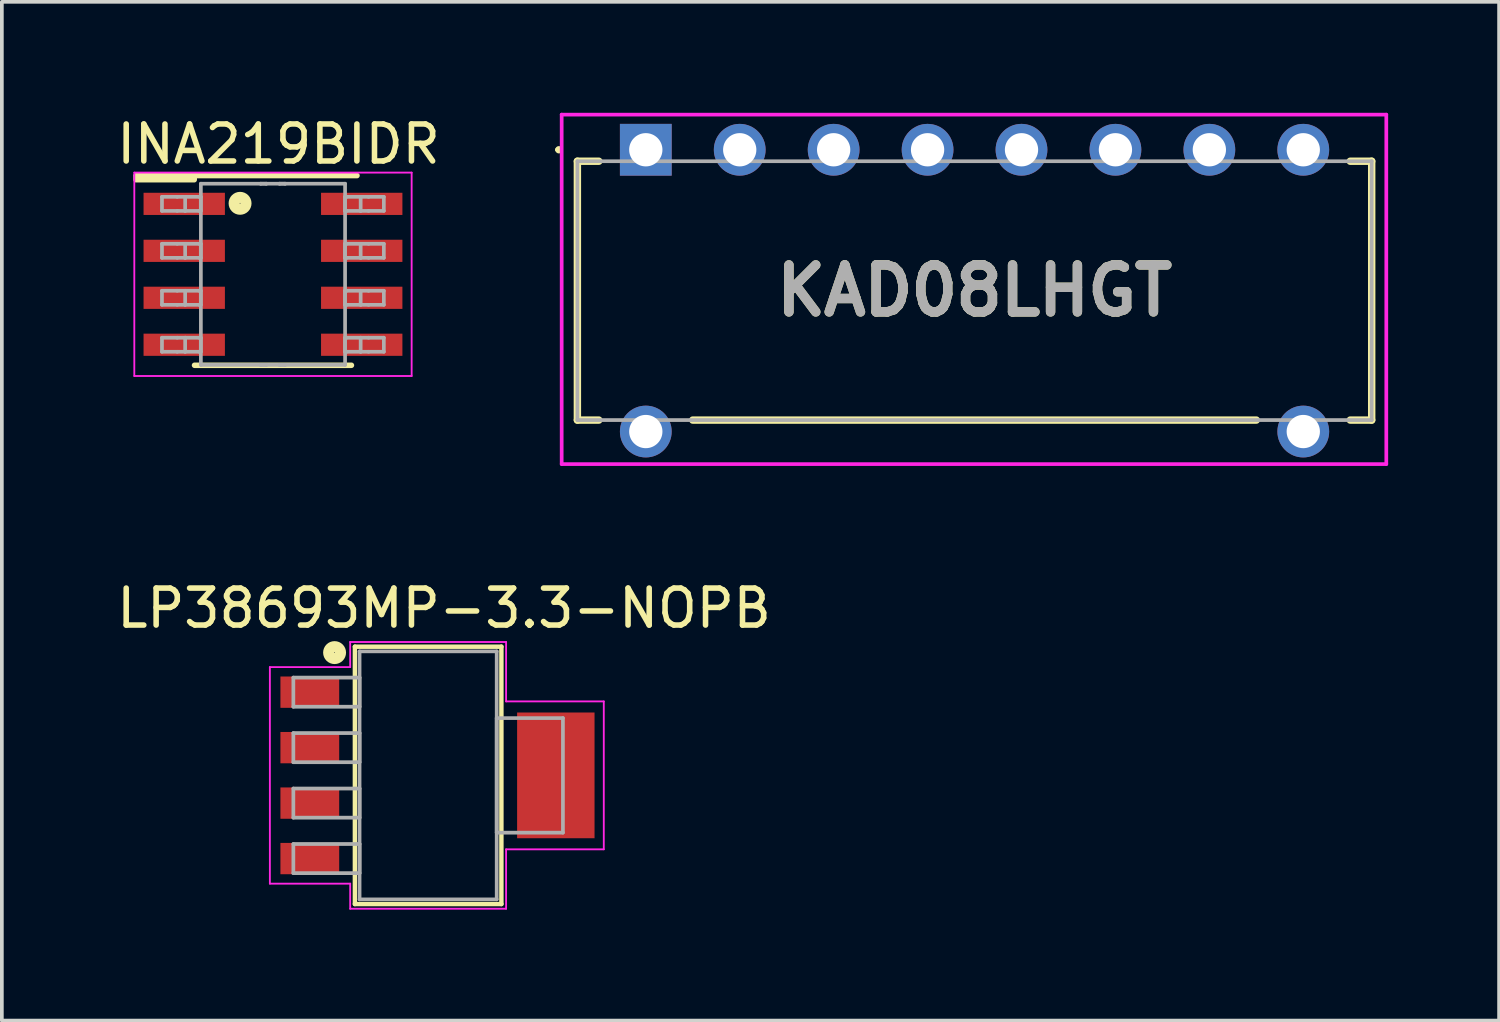
<source format=kicad_pcb>
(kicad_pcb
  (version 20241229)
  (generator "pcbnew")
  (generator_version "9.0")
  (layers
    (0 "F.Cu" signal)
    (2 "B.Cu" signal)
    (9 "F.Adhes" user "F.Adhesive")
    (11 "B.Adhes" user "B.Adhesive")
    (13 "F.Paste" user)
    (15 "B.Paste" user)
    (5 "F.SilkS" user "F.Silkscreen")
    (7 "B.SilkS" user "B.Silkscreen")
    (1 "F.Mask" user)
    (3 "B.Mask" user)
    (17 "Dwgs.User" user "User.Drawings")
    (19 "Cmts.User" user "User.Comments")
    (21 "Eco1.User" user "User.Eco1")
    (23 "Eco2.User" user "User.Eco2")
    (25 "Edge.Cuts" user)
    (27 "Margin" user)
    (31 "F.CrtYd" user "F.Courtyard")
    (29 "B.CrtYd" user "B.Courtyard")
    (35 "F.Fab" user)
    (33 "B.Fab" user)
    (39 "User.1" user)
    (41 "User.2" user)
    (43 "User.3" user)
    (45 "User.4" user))
  (footprint "INA219BIDR"
    (layer "F.Cu")
    (at 4.332 4.368)
    (property "Reference" "INA219BIDR" (at 0.15 -3.52 0) (layer "F.SilkS") (effects (font (size 1 1) (thickness 0.15))))
    (attr smd)
    (fp_line (start -2.121 2.46) (end 2.121 2.46) (stroke (width 0.15) (type solid)) (layer "F.SilkS"))
    (fp_line (start 2.271 -2.67) (end -3.69 -2.67) (stroke (width 0.15) (type solid)) (layer "F.SilkS"))
    (fp_rect (start -3.702 -2.67) (end -2.13 -2.558) (stroke (width 0.15) (type solid)) (fill yes) (layer "F.SilkS"))
    (fp_circle (center -0.89 -1.92) (end -0.9 -1.92) (stroke (width 0.3) (type solid)) (fill no) (layer "F.SilkS"))
    (fp_line (start -3.75 -2.75) (end 3.75 -2.75) (stroke (width 0.05) (type solid)) (layer "F.CrtYd"))
    (fp_line (start -3.75 2.75) (end -3.75 -2.75) (stroke (width 0.05) (type solid)) (layer "F.CrtYd"))
    (fp_line (start -3.75 2.75) (end 3.75 2.75) (stroke (width 0.05) (type solid)) (layer "F.CrtYd"))
    (fp_line (start 3.75 2.75) (end 3.75 -2.75) (stroke (width 0.05) (type solid)) (layer "F.CrtYd"))
    (fp_line (start -3.002 -2.095) (end -2.589 -2.095) (stroke (width 0.1) (type solid)) (layer "F.Fab"))
    (fp_line (start -3.002 -1.715) (end -3.002 -2.095) (stroke (width 0.1) (type solid)) (layer "F.Fab"))
    (fp_line (start -3.002 -1.715) (end -2.589 -1.715) (stroke (width 0.1) (type solid)) (layer "F.Fab"))
    (fp_line (start -3.002 -0.825) (end -2.589 -0.825) (stroke (width 0.1) (type solid)) (layer "F.Fab"))
    (fp_line (start -3.002 -0.445) (end -3.002 -0.825) (stroke (width 0.1) (type solid)) (layer "F.Fab"))
    (fp_line (start -3.002 -0.445) (end -2.589 -0.445) (stroke (width 0.1) (type solid)) (layer "F.Fab"))
    (fp_line (start -3.002 0.445) (end -2.589 0.445) (stroke (width 0.1) (type solid)) (layer "F.Fab"))
    (fp_line (start -3.002 0.825) (end -3.002 0.445) (stroke (width 0.1) (type solid)) (layer "F.Fab"))
    (fp_line (start -3.002 0.825) (end -2.589 0.825) (stroke (width 0.1) (type solid)) (layer "F.Fab"))
    (fp_line (start -3.002 1.715) (end -2.589 1.715) (stroke (width 0.1) (type solid)) (layer "F.Fab"))
    (fp_line (start -3.002 2.095) (end -3.002 1.715) (stroke (width 0.1) (type solid)) (layer "F.Fab"))
    (fp_line (start -3.002 2.095) (end -2.589 2.095) (stroke (width 0.1) (type solid)) (layer "F.Fab"))
    (fp_line (start -2.589 -2.095) (end -2.375 -2.095) (stroke (width 0.1) (type solid)) (layer "F.Fab"))
    (fp_line (start -2.589 -1.715) (end -2.375 -1.715) (stroke (width 0.1) (type solid)) (layer "F.Fab"))
    (fp_line (start -2.589 -0.825) (end -2.375 -0.825) (stroke (width 0.1) (type solid)) (layer "F.Fab"))
    (fp_line (start -2.589 -0.445) (end -2.375 -0.445) (stroke (width 0.1) (type solid)) (layer "F.Fab"))
    (fp_line (start -2.589 0.445) (end -2.375 0.445) (stroke (width 0.1) (type solid)) (layer "F.Fab"))
    (fp_line (start -2.589 0.825) (end -2.375 0.825) (stroke (width 0.1) (type solid)) (layer "F.Fab"))
    (fp_line (start -2.589 1.715) (end -2.375 1.715) (stroke (width 0.1) (type solid)) (layer "F.Fab"))
    (fp_line (start -2.589 2.095) (end -2.375 2.095) (stroke (width 0.1) (type solid)) (layer "F.Fab"))
    (fp_line (start -2.375 -2.095) (end -1.995 -2.095) (stroke (width 0.1) (type solid)) (layer "F.Fab"))
    (fp_line (start -2.375 -1.715) (end -2.375 -2.095) (stroke (width 0.1) (type solid)) (layer "F.Fab"))
    (fp_line (start -2.375 -1.715) (end -1.995 -1.715) (stroke (width 0.1) (type solid)) (layer "F.Fab"))
    (fp_line (start -2.375 -0.825) (end -1.995 -0.825) (stroke (width 0.1) (type solid)) (layer "F.Fab"))
    (fp_line (start -2.375 -0.445) (end -2.375 -0.825) (stroke (width 0.1) (type solid)) (layer "F.Fab"))
    (fp_line (start -2.375 -0.445) (end -1.995 -0.445) (stroke (width 0.1) (type solid)) (layer "F.Fab"))
    (fp_line (start -2.375 0.445) (end -1.995 0.445) (stroke (width 0.1) (type solid)) (layer "F.Fab"))
    (fp_line (start -2.375 0.825) (end -2.375 0.445) (stroke (width 0.1) (type solid)) (layer "F.Fab"))
    (fp_line (start -2.375 0.825) (end -1.995 0.825) (stroke (width 0.1) (type solid)) (layer "F.Fab"))
    (fp_line (start -2.375 1.715) (end -1.995 1.715) (stroke (width 0.1) (type solid)) (layer "F.Fab"))
    (fp_line (start -2.375 2.095) (end -2.375 1.715) (stroke (width 0.1) (type solid)) (layer "F.Fab"))
    (fp_line (start -2.375 2.095) (end -1.995 2.095) (stroke (width 0.1) (type solid)) (layer "F.Fab"))
    (fp_line (start -1.995 -2.095) (end -1.952 -2.095) (stroke (width 0.1) (type solid)) (layer "F.Fab"))
    (fp_line (start -1.995 -1.715) (end -1.952 -1.715) (stroke (width 0.1) (type solid)) (layer "F.Fab"))
    (fp_line (start -1.995 -0.825) (end -1.952 -0.825) (stroke (width 0.1) (type solid)) (layer "F.Fab"))
    (fp_line (start -1.995 -0.445) (end -1.952 -0.445) (stroke (width 0.1) (type solid)) (layer "F.Fab"))
    (fp_line (start -1.995 0.445) (end -1.952 0.445) (stroke (width 0.1) (type solid)) (layer "F.Fab"))
    (fp_line (start -1.995 0.825) (end -1.952 0.825) (stroke (width 0.1) (type solid)) (layer "F.Fab"))
    (fp_line (start -1.995 1.715) (end -1.952 1.715) (stroke (width 0.1) (type solid)) (layer "F.Fab"))
    (fp_line (start -1.995 2.095) (end -1.952 2.095) (stroke (width 0.1) (type solid)) (layer "F.Fab"))
    (fp_line (start -1.952 -1.715) (end -1.952 -2.095) (stroke (width 0.1) (type solid)) (layer "F.Fab"))
    (fp_line (start -1.952 -0.445) (end -1.952 -0.825) (stroke (width 0.1) (type solid)) (layer "F.Fab"))
    (fp_line (start -1.952 0.825) (end -1.952 0.445) (stroke (width 0.1) (type solid)) (layer "F.Fab"))
    (fp_line (start -1.952 2.095) (end -1.952 1.715) (stroke (width 0.1) (type solid)) (layer "F.Fab"))
    (fp_line (start -1.95 -2.45) (end -0.332 -2.45) (stroke (width 0.1) (type solid)) (layer "F.Fab"))
    (fp_line (start -1.95 2.45) (end -1.95 -2.45) (stroke (width 0.1) (type solid)) (layer "F.Fab"))
    (fp_line (start -1.95 2.45) (end -0.332 2.45) (stroke (width 0.1) (type solid)) (layer "F.Fab"))
    (fp_line (start -0.332 -2.45) (end -0.182 -2.45) (stroke (width 0.1) (type solid)) (layer "F.Fab"))
    (fp_line (start -0.332 -2.45) (end -0.182 -2.45) (stroke (width 0.1) (type solid)) (layer "F.Fab"))
    (fp_line (start -0.332 2.45) (end -0.182 2.45) (stroke (width 0.1) (type solid)) (layer "F.Fab"))
    (fp_line (start -0.332 2.45) (end -0.182 2.45) (stroke (width 0.1) (type solid)) (layer "F.Fab"))
    (fp_line (start -0.182 -2.45) (end 0.178 -2.45) (stroke (width 0.1) (type solid)) (layer "F.Fab"))
    (fp_line (start -0.182 2.45) (end 0.178 2.45) (stroke (width 0.1) (type solid)) (layer "F.Fab"))
    (fp_line (start 0.178 -2.45) (end 0.328 -2.45) (stroke (width 0.1) (type solid)) (layer "F.Fab"))
    (fp_line (start 0.178 -2.45) (end 0.328 -2.45) (stroke (width 0.1) (type solid)) (layer "F.Fab"))
    (fp_line (start 0.178 2.45) (end 0.328 2.45) (stroke (width 0.1) (type solid)) (layer "F.Fab"))
    (fp_line (start 0.178 2.45) (end 0.328 2.45) (stroke (width 0.1) (type solid)) (layer "F.Fab"))
    (fp_line (start 0.328 -2.45) (end 1.95 -2.45) (stroke (width 0.1) (type solid)) (layer "F.Fab"))
    (fp_line (start 0.328 2.45) (end 1.95 2.45) (stroke (width 0.1) (type solid)) (layer "F.Fab"))
    (fp_line (start 1.948 -2.095) (end 1.991 -2.095) (stroke (width 0.1) (type solid)) (layer "F.Fab"))
    (fp_line (start 1.948 -1.715) (end 1.948 -2.095) (stroke (width 0.1) (type solid)) (layer "F.Fab"))
    (fp_line (start 1.948 -1.715) (end 1.991 -1.715) (stroke (width 0.1) (type solid)) (layer "F.Fab"))
    (fp_line (start 1.948 -0.825) (end 1.991 -0.825) (stroke (width 0.1) (type solid)) (layer "F.Fab"))
    (fp_line (start 1.948 -0.445) (end 1.948 -0.825) (stroke (width 0.1) (type solid)) (layer "F.Fab"))
    (fp_line (start 1.948 -0.445) (end 1.991 -0.445) (stroke (width 0.1) (type solid)) (layer "F.Fab"))
    (fp_line (start 1.948 0.445) (end 1.991 0.445) (stroke (width 0.1) (type solid)) (layer "F.Fab"))
    (fp_line (start 1.948 0.825) (end 1.948 0.445) (stroke (width 0.1) (type solid)) (layer "F.Fab"))
    (fp_line (start 1.948 0.825) (end 1.991 0.825) (stroke (width 0.1) (type solid)) (layer "F.Fab"))
    (fp_line (start 1.948 1.715) (end 1.991 1.715) (stroke (width 0.1) (type solid)) (layer "F.Fab"))
    (fp_line (start 1.948 2.095) (end 1.948 1.715) (stroke (width 0.1) (type solid)) (layer "F.Fab"))
    (fp_line (start 1.948 2.095) (end 1.991 2.095) (stroke (width 0.1) (type solid)) (layer "F.Fab"))
    (fp_line (start 1.95 2.45) (end 1.95 -2.45) (stroke (width 0.1) (type solid)) (layer "F.Fab"))
    (fp_line (start 1.991 -2.095) (end 2.371 -2.095) (stroke (width 0.1) (type solid)) (layer "F.Fab"))
    (fp_line (start 1.991 -1.715) (end 2.371 -1.715) (stroke (width 0.1) (type solid)) (layer "F.Fab"))
    (fp_line (start 1.991 -0.825) (end 2.371 -0.825) (stroke (width 0.1) (type solid)) (layer "F.Fab"))
    (fp_line (start 1.991 -0.445) (end 2.371 -0.445) (stroke (width 0.1) (type solid)) (layer "F.Fab"))
    (fp_line (start 1.991 0.445) (end 2.371 0.445) (stroke (width 0.1) (type solid)) (layer "F.Fab"))
    (fp_line (start 1.991 0.825) (end 2.371 0.825) (stroke (width 0.1) (type solid)) (layer "F.Fab"))
    (fp_line (start 1.991 1.715) (end 2.371 1.715) (stroke (width 0.1) (type solid)) (layer "F.Fab"))
    (fp_line (start 1.991 2.095) (end 2.371 2.095) (stroke (width 0.1) (type solid)) (layer "F.Fab"))
    (fp_line (start 2.371 -2.095) (end 2.585 -2.095) (stroke (width 0.1) (type solid)) (layer "F.Fab"))
    (fp_line (start 2.371 -1.715) (end 2.371 -2.095) (stroke (width 0.1) (type solid)) (layer "F.Fab"))
    (fp_line (start 2.371 -1.715) (end 2.585 -1.715) (stroke (width 0.1) (type solid)) (layer "F.Fab"))
    (fp_line (start 2.371 -0.825) (end 2.585 -0.825) (stroke (width 0.1) (type solid)) (layer "F.Fab"))
    (fp_line (start 2.371 -0.445) (end 2.371 -0.825) (stroke (width 0.1) (type solid)) (layer "F.Fab"))
    (fp_line (start 2.371 -0.445) (end 2.585 -0.445) (stroke (width 0.1) (type solid)) (layer "F.Fab"))
    (fp_line (start 2.371 0.445) (end 2.585 0.445) (stroke (width 0.1) (type solid)) (layer "F.Fab"))
    (fp_line (start 2.371 0.825) (end 2.371 0.445) (stroke (width 0.1) (type solid)) (layer "F.Fab"))
    (fp_line (start 2.371 0.825) (end 2.585 0.825) (stroke (width 0.1) (type solid)) (layer "F.Fab"))
    (fp_line (start 2.371 1.715) (end 2.585 1.715) (stroke (width 0.1) (type solid)) (layer "F.Fab"))
    (fp_line (start 2.371 2.095) (end 2.371 1.715) (stroke (width 0.1) (type solid)) (layer "F.Fab"))
    (fp_line (start 2.371 2.095) (end 2.585 2.095) (stroke (width 0.1) (type solid)) (layer "F.Fab"))
    (fp_line (start 2.585 -2.095) (end 2.998 -2.095) (stroke (width 0.1) (type solid)) (layer "F.Fab"))
    (fp_line (start 2.585 -1.715) (end 2.998 -1.715) (stroke (width 0.1) (type solid)) (layer "F.Fab"))
    (fp_line (start 2.585 -0.825) (end 2.998 -0.825) (stroke (width 0.1) (type solid)) (layer "F.Fab"))
    (fp_line (start 2.585 -0.445) (end 2.998 -0.445) (stroke (width 0.1) (type solid)) (layer "F.Fab"))
    (fp_line (start 2.585 0.445) (end 2.998 0.445) (stroke (width 0.1) (type solid)) (layer "F.Fab"))
    (fp_line (start 2.585 0.825) (end 2.998 0.825) (stroke (width 0.1) (type solid)) (layer "F.Fab"))
    (fp_line (start 2.585 1.715) (end 2.998 1.715) (stroke (width 0.1) (type solid)) (layer "F.Fab"))
    (fp_line (start 2.585 2.095) (end 2.998 2.095) (stroke (width 0.1) (type solid)) (layer "F.Fab"))
    (fp_line (start 2.998 -1.715) (end 2.998 -2.095) (stroke (width 0.1) (type solid)) (layer "F.Fab"))
    (fp_line (start 2.998 -0.445) (end 2.998 -0.825) (stroke (width 0.1) (type solid)) (layer "F.Fab"))
    (fp_line (start 2.998 0.825) (end 2.998 0.445) (stroke (width 0.1) (type solid)) (layer "F.Fab"))
    (fp_line (start 2.998 2.095) (end 2.998 1.715) (stroke (width 0.1) (type solid)) (layer "F.Fab"))
    (pad "1" smd rect (at -2.4 -1.905 90) (size 0.6 2.2) (layers "F.Cu" "F.Mask" "F.Paste"))
    (pad "2" smd rect (at -2.4 -0.635 90) (size 0.6 2.2) (layers "F.Cu" "F.Mask" "F.Paste"))
    (pad "3" smd rect (at -2.4 0.635 90) (size 0.6 2.2) (layers "F.Cu" "F.Mask" "F.Paste"))
    (pad "4" smd rect (at -2.4 1.905 90) (size 0.6 2.2) (layers "F.Cu" "F.Mask" "F.Paste"))
    (pad "5" smd rect (at 2.4 1.905 90) (size 0.6 2.2) (layers "F.Cu" "F.Mask" "F.Paste"))
    (pad "6" smd rect (at 2.4 0.635 90) (size 0.6 2.2) (layers "F.Cu" "F.Mask" "F.Paste"))
    (pad "7" smd rect (at 2.4 -0.635 90) (size 0.6 2.2) (layers "F.Cu" "F.Mask" "F.Paste"))
    (pad "8" smd rect (at 2.4 -1.905 90) (size 0.6 2.2) (layers "F.Cu" "F.Mask" "F.Paste")))
  (footprint "LP38693MP-3.3-NOPB"
    (layer "F.Cu")
    (at 8.528 17.918)
    (property "Reference" "LP38693MP-3.3-NOPB" (at 0.43 -4.52 0) (layer "F.SilkS") (effects (font (size 1 1) (thickness 0.15))))
    (attr smd)
    (fp_line (start -1.981 -3.48) (end -1.981 3.48) (stroke (width 0.12) (type solid)) (layer "F.SilkS"))
    (fp_line (start -1.981 3.48) (end 1.981 3.48) (stroke (width 0.12) (type solid)) (layer "F.SilkS"))
    (fp_line (start 1.981 -3.48) (end -1.981 -3.48) (stroke (width 0.12) (type solid)) (layer "F.SilkS"))
    (fp_line (start 1.981 3.48) (end 1.981 -3.48) (stroke (width 0.12) (type solid)) (layer "F.SilkS"))
    (fp_circle (center -2.53 -3.32) (end -2.54 -3.32) (stroke (width 0.3) (type solid)) (fill no) (layer "F.SilkS"))
    (fp_line (start -4.28 -2.928) (end -2.108 -2.928) (stroke (width 0.05) (type solid)) (layer "F.CrtYd"))
    (fp_line (start -4.28 2.928) (end -4.28 -2.928) (stroke (width 0.05) (type solid)) (layer "F.CrtYd"))
    (fp_line (start -2.108 -3.607) (end 2.108 -3.607) (stroke (width 0.05) (type solid)) (layer "F.CrtYd"))
    (fp_line (start -2.108 -2.928) (end -2.108 -3.607) (stroke (width 0.05) (type solid)) (layer "F.CrtYd"))
    (fp_line (start -2.108 2.928) (end -4.28 2.928) (stroke (width 0.05) (type solid)) (layer "F.CrtYd"))
    (fp_line (start -2.108 3.607) (end -2.108 2.928) (stroke (width 0.05) (type solid)) (layer "F.CrtYd"))
    (fp_line (start 2.108 -3.607) (end 2.108 -2) (stroke (width 0.05) (type solid)) (layer "F.CrtYd"))
    (fp_line (start 2.108 -2) (end 4.75 -2) (stroke (width 0.05) (type solid)) (layer "F.CrtYd"))
    (fp_line (start 2.108 2) (end 2.108 3.607) (stroke (width 0.05) (type solid)) (layer "F.CrtYd"))
    (fp_line (start 2.108 3.607) (end -2.108 3.607) (stroke (width 0.05) (type solid)) (layer "F.CrtYd"))
    (fp_line (start 4.75 -2) (end 4.75 2) (stroke (width 0.05) (type solid)) (layer "F.CrtYd"))
    (fp_line (start 4.75 2) (end 2.108 2) (stroke (width 0.05) (type solid)) (layer "F.CrtYd"))
    (fp_line (start -3.645 -2.644) (end -3.645 -1.856) (stroke (width 0.1) (type solid)) (layer "F.Fab"))
    (fp_line (start -3.645 -1.856) (end -1.854 -1.856) (stroke (width 0.1) (type solid)) (layer "F.Fab"))
    (fp_line (start -3.645 -1.144) (end -3.645 -0.356) (stroke (width 0.1) (type solid)) (layer "F.Fab"))
    (fp_line (start -3.645 -0.356) (end -1.854 -0.356) (stroke (width 0.1) (type solid)) (layer "F.Fab"))
    (fp_line (start -3.645 0.356) (end -3.645 1.144) (stroke (width 0.1) (type solid)) (layer "F.Fab"))
    (fp_line (start -3.645 1.144) (end -1.854 1.144) (stroke (width 0.1) (type solid)) (layer "F.Fab"))
    (fp_line (start -3.645 1.856) (end -3.645 2.644) (stroke (width 0.1) (type solid)) (layer "F.Fab"))
    (fp_line (start -3.645 2.644) (end -1.854 2.644) (stroke (width 0.1) (type solid)) (layer "F.Fab"))
    (fp_line (start -1.854 -3.353) (end -1.854 3.353) (stroke (width 0.1) (type solid)) (layer "F.Fab"))
    (fp_line (start -1.854 -2.644) (end -3.645 -2.644) (stroke (width 0.1) (type solid)) (layer "F.Fab"))
    (fp_line (start -1.854 -1.856) (end -1.854 -2.644) (stroke (width 0.1) (type solid)) (layer "F.Fab"))
    (fp_line (start -1.854 -1.144) (end -3.645 -1.144) (stroke (width 0.1) (type solid)) (layer "F.Fab"))
    (fp_line (start -1.854 -0.356) (end -1.854 -1.144) (stroke (width 0.1) (type solid)) (layer "F.Fab"))
    (fp_line (start -1.854 0.356) (end -3.645 0.356) (stroke (width 0.1) (type solid)) (layer "F.Fab"))
    (fp_line (start -1.854 1.144) (end -1.854 0.356) (stroke (width 0.1) (type solid)) (layer "F.Fab"))
    (fp_line (start -1.854 1.856) (end -3.645 1.856) (stroke (width 0.1) (type solid)) (layer "F.Fab"))
    (fp_line (start -1.854 2.644) (end -1.854 1.856) (stroke (width 0.1) (type solid)) (layer "F.Fab"))
    (fp_line (start -1.854 3.353) (end 1.854 3.353) (stroke (width 0.1) (type solid)) (layer "F.Fab"))
    (fp_line (start 1.854 -3.353) (end -1.854 -3.353) (stroke (width 0.1) (type solid)) (layer "F.Fab"))
    (fp_line (start 1.854 -1.549) (end 1.854 1.549) (stroke (width 0.1) (type solid)) (layer "F.Fab"))
    (fp_line (start 1.854 1.549) (end 3.645 1.549) (stroke (width 0.1) (type solid)) (layer "F.Fab"))
    (fp_line (start 1.854 3.353) (end 1.854 -3.353) (stroke (width 0.1) (type solid)) (layer "F.Fab"))
    (fp_line (start 3.645 -1.549) (end 1.854 -1.549) (stroke (width 0.1) (type solid)) (layer "F.Fab"))
    (fp_line (start 3.645 1.549) (end 3.645 -1.549) (stroke (width 0.1) (type solid)) (layer "F.Fab"))
    (pad "1" smd rect (at -3.2 -2.25) (size 1.589 0.847) (layers "F.Cu" "F.Mask" "F.Paste"))
    (pad "2" smd rect (at -3.2 -0.75) (size 1.589 0.847) (layers "F.Cu" "F.Mask" "F.Paste"))
    (pad "3" smd rect (at -3.2 0.75) (size 1.589 0.847) (layers "F.Cu" "F.Mask" "F.Paste"))
    (pad "4" smd rect (at -3.2 2.25) (size 1.589 0.847) (layers "F.Cu" "F.Mask" "F.Paste"))
    (pad "5" smd rect (at 3.453 0) (size 2.094 3.4) (layers "F.Cu" "F.Mask" "F.Paste")))
  (footprint "KAD08LHGT"
    (layer "F.Cu")
    (at 14.414 1)
    (property "Reference" "KAD08LHGT" (at 8.89 3.81 0) (layer "F.SilkS") (effects (font (size 1.27 1.27) (thickness 0.254))))
    (attr through_hole)
    (fp_line (start -2.4 0) (end -2.4 0) (stroke (width 0.1) (type solid)) (layer "F.SilkS"))
    (fp_line (start -2.3 0) (end -2.3 0) (stroke (width 0.1) (type solid)) (layer "F.SilkS"))
    (fp_line (start -1.85 0.31) (end -1.27 0.31) (stroke (width 0.2) (type solid)) (layer "F.SilkS"))
    (fp_line (start -1.85 7.31) (end -1.85 0.31) (stroke (width 0.2) (type solid)) (layer "F.SilkS"))
    (fp_line (start -1.27 7.31) (end -1.85 7.31) (stroke (width 0.2) (type solid)) (layer "F.SilkS"))
    (fp_line (start 1.27 7.31) (end 16.51 7.31) (stroke (width 0.2) (type solid)) (layer "F.SilkS"))
    (fp_line (start 19.05 7.31) (end 19.63 7.31) (stroke (width 0.2) (type solid)) (layer "F.SilkS"))
    (fp_line (start 19.63 0.31) (end 19.05 0.31) (stroke (width 0.2) (type solid)) (layer "F.SilkS"))
    (fp_line (start 19.63 7.31) (end 19.63 0.31) (stroke (width 0.2) (type solid)) (layer "F.SilkS"))
    (fp_arc (start -2.4 0) (mid -2.35 -0.05) (end -2.3 0) (stroke (width 0.1) (type solid)) (layer "F.SilkS"))
    (fp_arc (start -2.3 0) (mid -2.35 0.05) (end -2.4 0) (stroke (width 0.1) (type solid)) (layer "F.SilkS"))
    (fp_line (start -2.275 -0.95) (end -2.275 8.5) (stroke (width 0.1) (type solid)) (layer "F.CrtYd"))
    (fp_line (start -2.275 8.5) (end 20.025 8.5) (stroke (width 0.1) (type solid)) (layer "F.CrtYd"))
    (fp_line (start 20.025 -0.95) (end -2.275 -0.95) (stroke (width 0.1) (type solid)) (layer "F.CrtYd"))
    (fp_line (start 20.025 8.5) (end 20.025 -0.95) (stroke (width 0.1) (type solid)) (layer "F.CrtYd"))
    (fp_line (start -1.85 0.31) (end -1.85 7.31) (stroke (width 0.1) (type solid)) (layer "F.Fab"))
    (fp_line (start -1.85 7.31) (end 19.63 7.31) (stroke (width 0.1) (type solid)) (layer "F.Fab"))
    (fp_line (start 19.63 0.31) (end -1.85 0.31) (stroke (width 0.1) (type solid)) (layer "F.Fab"))
    (fp_line (start 19.63 7.31) (end 19.63 0.31) (stroke (width 0.1) (type solid)) (layer "F.Fab"))
    (fp_text user "${REFERENCE}" (at 8.89 3.81 0) (layer "F.Fab") (effects (font (size 1.27 1.27) (thickness 0.254))))
    (pad "A1" thru_hole rect (at 0 0) (size 1.4 1.4) (drill 0.9) (layers "*.Cu" "*.Mask"))
    (pad "A2" thru_hole circle (at 2.54 0) (size 1.4 1.4) (drill 0.9) (layers "*.Cu" "*.Mask"))
    (pad "A3" thru_hole circle (at 5.08 0) (size 1.4 1.4) (drill 0.9) (layers "*.Cu" "*.Mask"))
    (pad "A4" thru_hole circle (at 7.62 0) (size 1.4 1.4) (drill 0.9) (layers "*.Cu" "*.Mask"))
    (pad "A5" thru_hole circle (at 10.16 0) (size 1.4 1.4) (drill 0.9) (layers "*.Cu" "*.Mask"))
    (pad "A6" thru_hole circle (at 12.7 0) (size 1.4 1.4) (drill 0.9) (layers "*.Cu" "*.Mask"))
    (pad "A7" thru_hole circle (at 15.24 0) (size 1.4 1.4) (drill 0.9) (layers "*.Cu" "*.Mask"))
    (pad "A8" thru_hole circle (at 17.78 0) (size 1.4 1.4) (drill 0.9) (layers "*.Cu" "*.Mask"))
    (pad "B1" thru_hole circle (at 0 7.62) (size 1.4 1.4) (drill 0.9) (layers "*.Cu" "*.Mask"))
    (pad "B8" thru_hole circle (at 17.78 7.62) (size 1.4 1.4) (drill 0.9) (layers "*.Cu" "*.Mask")))
  (gr_rect
    (start -3 -3)
    (end 37.489 24.55)
    (stroke (width 0.1) (type default))
    (fill no)
    (layer "Edge.Cuts")))
</source>
